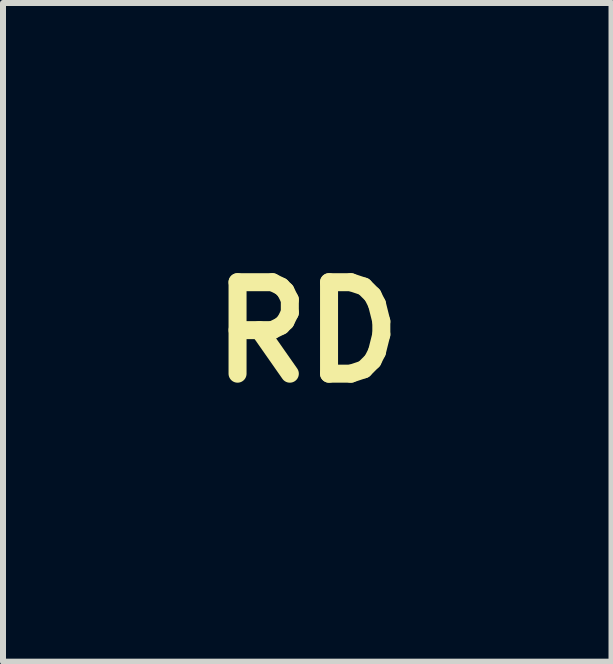
<source format=kicad_pcb>
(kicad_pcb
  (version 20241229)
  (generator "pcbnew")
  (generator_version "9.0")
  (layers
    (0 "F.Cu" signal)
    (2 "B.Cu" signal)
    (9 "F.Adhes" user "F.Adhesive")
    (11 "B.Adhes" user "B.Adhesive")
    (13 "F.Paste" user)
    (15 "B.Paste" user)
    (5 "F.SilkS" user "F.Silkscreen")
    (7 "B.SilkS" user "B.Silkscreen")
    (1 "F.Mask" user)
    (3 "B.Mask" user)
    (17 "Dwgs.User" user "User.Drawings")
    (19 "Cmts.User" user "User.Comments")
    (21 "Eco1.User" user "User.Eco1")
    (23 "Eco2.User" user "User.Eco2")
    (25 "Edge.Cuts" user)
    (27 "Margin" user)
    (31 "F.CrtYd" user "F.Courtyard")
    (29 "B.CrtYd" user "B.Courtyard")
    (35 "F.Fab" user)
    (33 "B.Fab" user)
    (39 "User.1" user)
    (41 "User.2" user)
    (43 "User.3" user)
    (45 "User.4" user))
  (footprint "RD"
    (layer "F.Cu")
    (at 2.068 2.485)
    (property "Reference" "RD" (at 0 0 0) (layer "F.SilkS") (effects (font (size 1.524 1.524) (thickness 0.3))))
    (attr through_hole)
    (fp_poly (pts (xy 0.045 0.6) (xy 0.047 0.603) (xy 0.049 0.608) (xy 0.05 0.612) (xy 0.052 0.626) (xy 0.056 0.638) (xy 0.06 0.649) (xy 0.066 0.659) (xy 0.071 0.665) (xy 0.08 0.673) (xy 0.09 0.68) (xy 0.102 0.687) (xy 0.115 0.694) (xy 0.128 0.699) (xy 0.133 0.701) (xy 0.136 0.703) (xy 0.138 0.705) (xy 0.138 0.706) (xy 0.138 0.709) (xy 0.137 0.71) (xy 0.136 0.711) (xy 0.132 0.711) (xy 0.126 0.712) (xy 0.119 0.713) (xy 0.111 0.715) (xy 0.102 0.716) (xy 0.093 0.717) (xy 0.084 0.718) (xy 0.075 0.719) (xy 0.066 0.72) (xy 0.059 0.721) (xy 0.053 0.721) (xy 0.049 0.721) (xy 0.048 0.721) (xy 0.043 0.721) (xy 0.039 0.721) (xy 0.037 0.72) (xy 0.028 0.716) (xy 0.02 0.711) (xy 0.013 0.704) (xy 0.009 0.697) (xy 0.008 0.694) (xy 0.007 0.691) (xy 0.006 0.688) (xy 0.006 0.684) (xy 0.007 0.68) (xy 0.009 0.674) (xy 0.011 0.667) (xy 0.014 0.659) (xy 0.018 0.649) (xy 0.021 0.64) (xy 0.025 0.631) (xy 0.028 0.623) (xy 0.031 0.615) (xy 0.034 0.609) (xy 0.036 0.604) (xy 0.037 0.602) (xy 0.038 0.601) (xy 0.041 0.599) (xy 0.045 0.6)) (stroke (width 0.01) (type solid)) (fill no) (layer "Eco1.User"))
    (fp_poly (pts (xy -0.444 -2.094) (xy -0.443 -2.093) (xy -0.442 -2.092) (xy -0.443 -2.09) (xy -0.445 -2.087) (xy -0.448 -2.083) (xy -0.452 -2.078) (xy -0.458 -2.072) (xy -0.466 -2.064) (xy -0.466 -2.064) (xy -0.487 -2.044) (xy -0.505 -2.025) (xy -0.522 -2.008) (xy -0.538 -1.991) (xy -0.553 -1.976) (xy -0.566 -1.961) (xy -0.579 -1.947) (xy -0.588 -1.936) (xy -0.593 -1.93) (xy -0.598 -1.924) (xy -0.603 -1.918) (xy -0.607 -1.912) (xy -0.612 -1.906) (xy -0.617 -1.898) (xy -0.624 -1.889) (xy -0.631 -1.88) (xy -0.641 -1.865) (xy -0.652 -1.85) (xy -0.663 -1.835) (xy -0.673 -1.821) (xy -0.683 -1.809) (xy -0.691 -1.798) (xy -0.692 -1.798) (xy -0.707 -1.778) (xy -0.722 -1.76) (xy -0.735 -1.744) (xy -0.747 -1.728) (xy -0.757 -1.714) (xy -0.767 -1.7) (xy -0.774 -1.69) (xy -0.778 -1.684) (xy -0.782 -1.676) (xy -0.788 -1.666) (xy -0.794 -1.654) (xy -0.801 -1.641) (xy -0.809 -1.627) (xy -0.816 -1.611) (xy -0.825 -1.594) (xy -0.833 -1.577) (xy -0.842 -1.558) (xy -0.851 -1.54) (xy -0.86 -1.521) (xy -0.869 -1.502) (xy -0.878 -1.484) (xy -0.885 -1.468) (xy -0.891 -1.454) (xy -0.898 -1.439) (xy -0.905 -1.423) (xy -0.912 -1.406) (xy -0.92 -1.388) (xy -0.928 -1.37) (xy -0.935 -1.353) (xy -0.942 -1.336) (xy -0.949 -1.319) (xy -0.955 -1.304) (xy -0.961 -1.291) (xy -0.965 -1.279) (xy -0.968 -1.271) (xy -0.972 -1.262) (xy -0.975 -1.256) (xy -0.979 -1.253) (xy -0.981 -1.252) (xy -0.983 -1.253) (xy -0.986 -1.255) (xy -0.986 -1.255) (xy -0.988 -1.258) (xy -0.989 -1.26) (xy -0.989 -1.26) (xy -0.989 -1.262) (xy -0.988 -1.266) (xy -0.987 -1.271) (xy -0.985 -1.279) (xy -0.983 -1.288) (xy -0.98 -1.297) (xy -0.978 -1.308) (xy -0.975 -1.318) (xy -0.972 -1.329) (xy -0.97 -1.34) (xy -0.967 -1.35) (xy -0.965 -1.359) (xy -0.962 -1.368) (xy -0.96 -1.375) (xy -0.96 -1.376) (xy -0.952 -1.403) (xy -0.943 -1.431) (xy -0.933 -1.462) (xy -0.922 -1.495) (xy -0.909 -1.529) (xy -0.896 -1.566) (xy -0.881 -1.606) (xy -0.866 -1.644) (xy -0.857 -1.666) (xy -0.849 -1.685) (xy -0.842 -1.702) (xy -0.836 -1.717) (xy -0.83 -1.731) (xy -0.824 -1.742) (xy -0.819 -1.753) (xy -0.815 -1.762) (xy -0.811 -1.769) (xy -0.807 -1.776) (xy -0.803 -1.782) (xy -0.799 -1.787) (xy -0.799 -1.787) (xy -0.789 -1.799) (xy -0.777 -1.813) (xy -0.763 -1.827) (xy -0.747 -1.843) (xy -0.73 -1.859) (xy -0.712 -1.877) (xy -0.692 -1.894) (xy -0.672 -1.913) (xy -0.65 -1.932) (xy -0.628 -1.951) (xy -0.606 -1.97) (xy -0.582 -1.989) (xy -0.559 -2.008) (xy -0.536 -2.027) (xy -0.512 -2.045) (xy -0.489 -2.063) (xy -0.486 -2.065) (xy -0.476 -2.073) (xy -0.468 -2.079) (xy -0.461 -2.084) (xy -0.456 -2.087) (xy -0.452 -2.09) (xy -0.449 -2.092) (xy -0.447 -2.093) (xy -0.446 -2.094) (xy -0.445 -2.094) (xy -0.444 -2.094)) (stroke (width 0.01) (type solid)) (fill no) (layer "Eco1.User"))
    (fp_poly (pts (xy -1.277 -0.974) (xy -1.277 -0.974) (xy -1.274 -0.973) (xy -1.271 -0.971) (xy -1.268 -0.969) (xy -1.265 -0.965) (xy -1.261 -0.96) (xy -1.257 -0.953) (xy -1.253 -0.948) (xy -1.249 -0.94) (xy -1.244 -0.933) (xy -1.24 -0.926) (xy -1.236 -0.918) (xy -1.231 -0.911) (xy -1.227 -0.903) (xy -1.222 -0.894) (xy -1.217 -0.885) (xy -1.211 -0.874) (xy -1.205 -0.863) (xy -1.199 -0.85) (xy -1.191 -0.836) (xy -1.183 -0.821) (xy -1.174 -0.803) (xy -1.164 -0.784) (xy -1.153 -0.762) (xy -1.152 -0.762) (xy -1.132 -0.723) (xy -1.116 -0.707) (xy -1.114 -0.705) (xy -1.111 -0.702) (xy -1.105 -0.696) (xy -1.098 -0.689) (xy -1.089 -0.681) (xy -1.079 -0.671) (xy -1.068 -0.66) (xy -1.055 -0.647) (xy -1.04 -0.633) (xy -1.024 -0.618) (xy -1.008 -0.602) (xy -0.99 -0.584) (xy -0.971 -0.566) (xy -0.95 -0.546) (xy -0.929 -0.526) (xy -0.907 -0.504) (xy -0.884 -0.482) (xy -0.861 -0.459) (xy -0.836 -0.436) (xy -0.811 -0.412) (xy -0.786 -0.387) (xy -0.76 -0.361) (xy -0.733 -0.336) (xy -0.706 -0.31) (xy -0.7 -0.303) (xy -0.667 -0.272) (xy -0.636 -0.242) (xy -0.607 -0.214) (xy -0.58 -0.188) (xy -0.555 -0.163) (xy -0.53 -0.14) (xy -0.508 -0.118) (xy -0.487 -0.097) (xy -0.467 -0.078) (xy -0.449 -0.061) (xy -0.432 -0.044) (xy -0.416 -0.029) (xy -0.401 -0.015) (xy -0.388 -0.002) (xy -0.376 0.01) (xy -0.365 0.02) (xy -0.354 0.03) (xy -0.345 0.039) (xy -0.337 0.047) (xy -0.329 0.054) (xy -0.322 0.061) (xy -0.316 0.066) (xy -0.311 0.071) (xy -0.306 0.076) (xy -0.302 0.079) (xy -0.299 0.083) (xy -0.296 0.085) (xy -0.293 0.087) (xy -0.291 0.089) (xy -0.289 0.091) (xy -0.287 0.092) (xy -0.286 0.093) (xy -0.285 0.094) (xy -0.269 0.104) (xy -0.254 0.111) (xy -0.24 0.117) (xy -0.227 0.121) (xy -0.215 0.123) (xy -0.215 0.123) (xy -0.209 0.123) (xy -0.204 0.123) (xy -0.2 0.122) (xy -0.196 0.12) (xy -0.185 0.115) (xy -0.174 0.108) (xy -0.162 0.098) (xy -0.15 0.087) (xy -0.138 0.073) (xy -0.125 0.057) (xy -0.125 0.057) (xy -0.12 0.049) (xy -0.115 0.044) (xy -0.112 0.04) (xy -0.11 0.037) (xy -0.108 0.036) (xy -0.107 0.035) (xy -0.105 0.034) (xy -0.104 0.034) (xy -0.1 0.035) (xy -0.097 0.037) (xy -0.096 0.039) (xy -0.095 0.04) (xy -0.094 0.042) (xy -0.094 0.045) (xy -0.095 0.049) (xy -0.095 0.054) (xy -0.096 0.062) (xy -0.098 0.071) (xy -0.102 0.093) (xy -0.108 0.112) (xy -0.114 0.13) (xy -0.122 0.146) (xy -0.132 0.161) (xy -0.143 0.175) (xy -0.147 0.179) (xy -0.158 0.189) (xy -0.169 0.198) (xy -0.18 0.206) (xy -0.191 0.213) (xy -0.201 0.217) (xy -0.209 0.22) (xy -0.219 0.221) (xy -0.229 0.22) (xy -0.24 0.217) (xy -0.251 0.212) (xy -0.262 0.206) (xy -0.272 0.199) (xy -0.274 0.197) (xy -0.277 0.194) (xy -0.283 0.189) (xy -0.289 0.182) (xy -0.297 0.174) (xy -0.306 0.166) (xy -0.317 0.156) (xy -0.328 0.145) (xy -0.34 0.133) (xy -0.353 0.12) (xy -0.366 0.107) (xy -0.38 0.094) (xy -0.391 0.083) (xy -0.406 0.068) (xy -0.42 0.054) (xy -0.434 0.041) (xy -0.446 0.029) (xy -0.458 0.018) (xy -0.468 0.008) (xy -0.478 -0.001) (xy -0.486 -0.009) (xy -0.492 -0.015) (xy -0.497 -0.02) (xy -0.501 -0.023) (xy -0.503 -0.025) (xy -0.503 -0.025) (xy -0.504 -0.023) (xy -0.504 -0.019) (xy -0.505 -0.016) (xy -0.507 -0.004) (xy -0.509 0.009) (xy -0.513 0.023) (xy -0.517 0.039) (xy -0.522 0.054) (xy -0.527 0.068) (xy -0.529 0.073) (xy -0.536 0.088) (xy -0.542 0.103) (xy -0.549 0.116) (xy -0.556 0.13) (xy -0.564 0.144) (xy -0.573 0.158) (xy -0.583 0.174) (xy -0.59 0.184) (xy -0.596 0.192) (xy -0.602 0.201) (xy -0.609 0.211) (xy -0.617 0.221) (xy -0.624 0.23) (xy -0.631 0.24) (xy -0.637 0.248) (xy -0.644 0.256) (xy -0.649 0.263) (xy -0.654 0.269) (xy -0.658 0.274) (xy -0.66 0.276) (xy -0.661 0.277) (xy -0.663 0.277) (xy -0.667 0.278) (xy -0.673 0.278) (xy -0.679 0.278) (xy -0.687 0.278) (xy -0.695 0.278) (xy -0.703 0.278) (xy -0.71 0.278) (xy -0.716 0.278) (xy -0.72 0.277) (xy -0.721 0.277) (xy -0.737 0.276) (xy -0.752 0.274) (xy -0.767 0.271) (xy -0.782 0.268) (xy -0.797 0.263) (xy -0.824 0.255) (xy -0.851 0.245) (xy -0.878 0.234) (xy -0.905 0.222) (xy -0.921 0.215) (xy -0.941 0.204) (xy -0.959 0.194) (xy -0.976 0.183) (xy -0.992 0.173) (xy -1.007 0.161) (xy -1.021 0.149) (xy -1.036 0.135) (xy -1.043 0.128) (xy -1.064 0.106) (xy -1.084 0.083) (xy -1.103 0.059) (xy -1.121 0.033) (xy -1.139 0.005) (xy -1.156 -0.024) (xy -1.173 -0.056) (xy -1.177 -0.064) (xy -0.672 -0.064) (xy -0.671 -0.051) (xy -0.667 -0.037) (xy -0.661 -0.026) (xy -0.655 -0.017) (xy -0.647 -0.009) (xy -0.638 -0.002) (xy -0.629 0.003) (xy -0.62 0.006) (xy -0.618 0.006) (xy -0.611 0.007) (xy -0.604 0.007) (xy -0.597 0.006) (xy -0.596 0.006) (xy -0.587 0.002) (xy -0.578 -0.003) (xy -0.57 -0.01) (xy -0.568 -0.011) (xy -0.561 -0.02) (xy -0.555 -0.03) (xy -0.55 -0.041) (xy -0.546 -0.055) (xy -0.545 -0.061) (xy -0.544 -0.067) (xy -0.584 -0.107) (xy -0.593 -0.115) (xy -0.601 -0.122) (xy -0.608 -0.129) (xy -0.614 -0.135) (xy -0.62 -0.14) (xy -0.623 -0.144) (xy -0.626 -0.146) (xy -0.627 -0.146) (xy -0.629 -0.145) (xy -0.632 -0.143) (xy -0.636 -0.139) (xy -0.64 -0.135) (xy -0.645 -0.13) (xy -0.649 -0.126) (xy -0.653 -0.121) (xy -0.655 -0.119) (xy -0.663 -0.106) (xy -0.668 -0.092) (xy -0.672 -0.078) (xy -0.672 -0.064) (xy -1.177 -0.064) (xy -1.179 -0.069) (xy -1.199 -0.11) (xy -1.217 -0.151) (xy -1.233 -0.192) (xy -1.247 -0.231) (xy -1.259 -0.271) (xy -1.27 -0.309) (xy -1.271 -0.314) (xy -0.923 -0.314) (xy -0.922 -0.305) (xy -0.922 -0.298) (xy -0.922 -0.292) (xy -0.921 -0.286) (xy -0.921 -0.281) (xy -0.92 -0.277) (xy -0.914 -0.256) (xy -0.906 -0.235) (xy -0.895 -0.216) (xy -0.882 -0.197) (xy -0.875 -0.188) (xy -0.869 -0.182) (xy -0.863 -0.177) (xy -0.856 -0.172) (xy -0.856 -0.172) (xy -0.838 -0.162) (xy -0.819 -0.155) (xy -0.801 -0.15) (xy -0.794 -0.15) (xy -0.786 -0.149) (xy -0.777 -0.149) (xy -0.768 -0.15) (xy -0.76 -0.15) (xy -0.754 -0.152) (xy -0.74 -0.156) (xy -0.728 -0.163) (xy -0.718 -0.172) (xy -0.71 -0.181) (xy -0.707 -0.186) (xy -0.703 -0.193) (xy -0.7 -0.2) (xy -0.698 -0.206) (xy -0.697 -0.21) (xy -0.697 -0.21) (xy -0.697 -0.211) (xy -0.698 -0.212) (xy -0.699 -0.214) (xy -0.701 -0.216) (xy -0.703 -0.219) (xy -0.707 -0.222) (xy -0.711 -0.227) (xy -0.716 -0.232) (xy -0.723 -0.239) (xy -0.73 -0.246) (xy -0.739 -0.255) (xy -0.749 -0.265) (xy -0.761 -0.276) (xy -0.774 -0.289) (xy -0.789 -0.304) (xy -0.797 -0.311) (xy -0.81 -0.324) (xy -0.823 -0.337) (xy -0.835 -0.349) (xy -0.846 -0.36) (xy -0.857 -0.37) (xy -0.867 -0.38) (xy -0.875 -0.388) (xy -0.883 -0.395) (xy -0.889 -0.401) (xy -0.893 -0.405) (xy -0.896 -0.408) (xy -0.898 -0.41) (xy -0.898 -0.41) (xy -0.899 -0.408) (xy -0.9 -0.405) (xy -0.903 -0.401) (xy -0.905 -0.396) (xy -0.908 -0.39) (xy -0.91 -0.384) (xy -0.912 -0.378) (xy -0.913 -0.377) (xy -0.916 -0.366) (xy -0.919 -0.355) (xy -0.921 -0.346) (xy -0.922 -0.335) (xy -0.922 -0.324) (xy -0.923 -0.314) (xy -1.271 -0.314) (xy -1.278 -0.346) (xy -1.284 -0.382) (xy -1.288 -0.417) (xy -1.291 -0.451) (xy -1.291 -0.463) (xy -1.291 -0.472) (xy -1.291 -0.48) (xy -1.291 -0.485) (xy -1.292 -0.489) (xy -1.292 -0.492) (xy -1.292 -0.494) (xy -1.293 -0.495) (xy -1.294 -0.495) (xy -1.295 -0.496) (xy -1.298 -0.499) (xy -1.304 -0.502) (xy -1.311 -0.506) (xy -1.319 -0.512) (xy -1.329 -0.518) (xy -1.34 -0.525) (xy -1.352 -0.533) (xy -1.365 -0.541) (xy -1.379 -0.549) (xy -1.393 -0.558) (xy -1.411 -0.57) (xy -1.428 -0.581) (xy -1.443 -0.59) (xy -1.457 -0.599) (xy -1.468 -0.606) (xy -1.478 -0.612) (xy -1.485 -0.617) (xy -1.49 -0.621) (xy -1.494 -0.623) (xy -1.494 -0.624) (xy -1.498 -0.628) (xy -1.499 -0.631) (xy -1.5 -0.634) (xy -1.5 -0.635) (xy -1.499 -0.64) (xy -1.495 -0.645) (xy -1.49 -0.649) (xy -1.486 -0.651) (xy -1.48 -0.652) (xy -1.473 -0.653) (xy -1.466 -0.653) (xy -1.459 -0.652) (xy -1.459 -0.651) (xy -1.456 -0.65) (xy -1.452 -0.649) (xy -1.446 -0.646) (xy -1.438 -0.642) (xy -1.43 -0.638) (xy -1.42 -0.634) (xy -1.41 -0.629) (xy -1.4 -0.624) (xy -1.39 -0.619) (xy -1.381 -0.614) (xy -1.372 -0.61) (xy -1.364 -0.606) (xy -1.357 -0.602) (xy -1.354 -0.601) (xy -1.348 -0.597) (xy -1.34 -0.593) (xy -1.331 -0.588) (xy -1.322 -0.582) (xy -1.313 -0.577) (xy -1.309 -0.575) (xy -1.3 -0.57) (xy -1.293 -0.565) (xy -1.287 -0.562) (xy -1.282 -0.56) (xy -1.279 -0.559) (xy -1.276 -0.559) (xy -1.273 -0.559) (xy -1.271 -0.56) (xy -1.269 -0.562) (xy -1.264 -0.566) (xy -1.259 -0.571) (xy -1.255 -0.578) (xy -1.252 -0.584) (xy -1.251 -0.591) (xy -1.25 -0.596) (xy -1.25 -0.597) (xy -1.251 -0.597) (xy -1.251 -0.598) (xy -1.251 -0.599) (xy -1.252 -0.601) (xy -1.253 -0.602) (xy -1.255 -0.605) (xy -1.258 -0.608) (xy -1.261 -0.612) (xy -1.265 -0.616) (xy -1.271 -0.622) (xy -1.277 -0.63) (xy -1.285 -0.638) (xy -1.294 -0.648) (xy -1.305 -0.66) (xy -1.309 -0.665) (xy -1.322 -0.68) (xy -1.336 -0.695) (xy -1.35 -0.71) (xy -1.363 -0.725) (xy -1.376 -0.739) (xy -1.388 -0.753) (xy -1.399 -0.766) (xy -1.408 -0.777) (xy -1.417 -0.786) (xy -1.421 -0.791) (xy -1.429 -0.801) (xy -1.436 -0.809) (xy -1.442 -0.816) (xy -1.446 -0.821) (xy -1.45 -0.826) (xy -1.452 -0.83) (xy -1.454 -0.833) (xy -1.455 -0.836) (xy -1.455 -0.839) (xy -1.455 -0.842) (xy -1.455 -0.844) (xy -1.454 -0.852) (xy -1.452 -0.859) (xy -1.448 -0.865) (xy -1.442 -0.87) (xy -1.436 -0.873) (xy -1.43 -0.874) (xy -1.423 -0.872) (xy -1.422 -0.872) (xy -1.42 -0.871) (xy -1.417 -0.868) (xy -1.412 -0.864) (xy -1.406 -0.858) (xy -1.399 -0.852) (xy -1.391 -0.844) (xy -1.383 -0.836) (xy -1.374 -0.827) (xy -1.37 -0.824) (xy -1.358 -0.812) (xy -1.347 -0.802) (xy -1.337 -0.791) (xy -1.327 -0.781) (xy -1.316 -0.77) (xy -1.306 -0.76) (xy -1.295 -0.748) (xy -1.283 -0.736) (xy -1.27 -0.723) (xy -1.256 -0.708) (xy -1.245 -0.696) (xy -1.238 -0.69) (xy -1.232 -0.684) (xy -1.227 -0.678) (xy -1.222 -0.674) (xy -1.219 -0.671) (xy -1.218 -0.67) (xy -1.212 -0.668) (xy -1.205 -0.668) (xy -1.2 -0.669) (xy -1.197 -0.671) (xy -1.193 -0.675) (xy -1.192 -0.679) (xy -1.192 -0.684) (xy -1.194 -0.689) (xy -1.195 -0.692) (xy -1.196 -0.696) (xy -1.199 -0.703) (xy -1.203 -0.711) (xy -1.207 -0.72) (xy -1.212 -0.731) (xy -1.217 -0.743) (xy -1.222 -0.755) (xy -1.228 -0.768) (xy -1.23 -0.772) (xy -1.239 -0.793) (xy -1.248 -0.812) (xy -1.255 -0.829) (xy -1.262 -0.845) (xy -1.268 -0.859) (xy -1.273 -0.872) (xy -1.278 -0.884) (xy -1.283 -0.895) (xy -1.287 -0.906) (xy -1.29 -0.913) (xy -1.292 -0.92) (xy -1.294 -0.924) (xy -1.295 -0.929) (xy -1.295 -0.933) (xy -1.295 -0.937) (xy -1.295 -0.943) (xy -1.295 -0.951) (xy -1.295 -0.956) (xy -1.294 -0.96) (xy -1.292 -0.964) (xy -1.289 -0.967) (xy -1.286 -0.97) (xy -1.283 -0.972) (xy -1.28 -0.974) (xy -1.277 -0.974)) (stroke (width 0.01) (type solid)) (fill no) (layer "Eco1.User"))
    (fp_poly (pts (xy -0.184 -2.48) (xy -0.172 -2.48) (xy -0.161 -2.48) (xy -0.153 -2.479) (xy -0.138 -2.478) (xy -0.123 -2.477) (xy -0.107 -2.475) (xy -0.092 -2.473) (xy -0.078 -2.471) (xy -0.065 -2.469) (xy -0.052 -2.467) (xy -0.042 -2.465) (xy -0.033 -2.463) (xy -0.025 -2.461) (xy -0.02 -2.459) (xy -0.019 -2.458) (xy -0.012 -2.453) (xy -0.006 -2.445) (xy -0.001 -2.435) (xy 0.004 -2.423) (xy 0.009 -2.408) (xy 0.013 -2.391) (xy 0.017 -2.372) (xy 0.017 -2.369) (xy 0.019 -2.354) (xy 0.021 -2.337) (xy 0.023 -2.319) (xy 0.025 -2.299) (xy 0.027 -2.278) (xy 0.029 -2.256) (xy 0.03 -2.235) (xy 0.032 -2.213) (xy 0.033 -2.191) (xy 0.033 -2.17) (xy 0.034 -2.153) (xy 0.034 -2.138) (xy 0.034 -2.124) (xy 0.034 -2.11) (xy 0.034 -2.097) (xy 0.033 -2.083) (xy 0.032 -2.068) (xy 0.031 -2.053) (xy 0.03 -2.036) (xy 0.028 -2.017) (xy 0.026 -1.996) (xy 0.025 -1.992) (xy 0.024 -1.984) (xy 0.024 -1.977) (xy 0.023 -1.971) (xy 0.023 -1.966) (xy 0.023 -1.964) (xy 0.023 -1.964) (xy 0.024 -1.964) (xy 0.028 -1.963) (xy 0.033 -1.961) (xy 0.041 -1.959) (xy 0.049 -1.957) (xy 0.059 -1.954) (xy 0.069 -1.952) (xy 0.071 -1.951) (xy 0.121 -1.939) (xy 0.168 -1.926) (xy 0.213 -1.914) (xy 0.256 -1.901) (xy 0.298 -1.889) (xy 0.339 -1.877) (xy 0.378 -1.865) (xy 0.417 -1.852) (xy 0.455 -1.839) (xy 0.493 -1.826) (xy 0.53 -1.812) (xy 0.544 -1.807) (xy 0.615 -1.779) (xy 0.684 -1.751) (xy 0.751 -1.721) (xy 0.816 -1.69) (xy 0.879 -1.658) (xy 0.94 -1.625) (xy 0.998 -1.591) (xy 1.055 -1.555) (xy 1.109 -1.519) (xy 1.16 -1.482) (xy 1.21 -1.444) (xy 1.255 -1.406) (xy 1.293 -1.373) (xy 1.331 -1.337) (xy 1.37 -1.299) (xy 1.408 -1.258) (xy 1.447 -1.217) (xy 1.485 -1.173) (xy 1.523 -1.129) (xy 1.56 -1.083) (xy 1.596 -1.036) (xy 1.631 -0.988) (xy 1.639 -0.977) (xy 1.675 -0.925) (xy 1.71 -0.873) (xy 1.742 -0.821) (xy 1.773 -0.769) (xy 1.802 -0.716) (xy 1.83 -0.663) (xy 1.856 -0.608) (xy 1.882 -0.552) (xy 1.889 -0.535) (xy 1.917 -0.469) (xy 1.942 -0.403) (xy 1.966 -0.336) (xy 1.988 -0.269) (xy 2.007 -0.201) (xy 2.025 -0.135) (xy 2.04 -0.068) (xy 2.043 -0.051) (xy 2.046 -0.039) (xy 2.048 -0.026) (xy 2.05 -0.014) (xy 2.053 -0.001) (xy 2.055 0.011) (xy 2.057 0.023) (xy 2.058 0.033) (xy 2.06 0.043) (xy 2.061 0.052) (xy 2.062 0.058) (xy 2.062 0.063) (xy 2.062 0.066) (xy 2.062 0.067) (xy 2.061 0.066) (xy 2.059 0.063) (xy 2.056 0.058) (xy 2.052 0.052) (xy 2.047 0.044) (xy 2.041 0.034) (xy 2.034 0.023) (xy 2.026 0.011) (xy 2.018 -0.002) (xy 2.009 -0.016) (xy 2 -0.031) (xy 1.991 -0.047) (xy 1.981 -0.063) (xy 1.971 -0.079) (xy 1.961 -0.096) (xy 1.951 -0.112) (xy 1.941 -0.129) (xy 1.937 -0.136) (xy 1.918 -0.167) (xy 1.898 -0.199) (xy 1.878 -0.229) (xy 1.858 -0.261) (xy 1.836 -0.292) (xy 1.813 -0.324) (xy 1.789 -0.357) (xy 1.764 -0.392) (xy 1.749 -0.411) (xy 1.745 -0.418) (xy 1.739 -0.426) (xy 1.732 -0.435) (xy 1.725 -0.445) (xy 1.718 -0.455) (xy 1.71 -0.466) (xy 1.703 -0.477) (xy 1.702 -0.477) (xy 1.691 -0.494) (xy 1.68 -0.509) (xy 1.67 -0.522) (xy 1.662 -0.534) (xy 1.655 -0.544) (xy 1.648 -0.553) (xy 1.642 -0.561) (xy 1.636 -0.568) (xy 1.631 -0.574) (xy 1.626 -0.58) (xy 1.622 -0.585) (xy 1.617 -0.59) (xy 1.615 -0.593) (xy 1.61 -0.598) (xy 1.605 -0.603) (xy 1.599 -0.609) (xy 1.593 -0.614) (xy 1.587 -0.62) (xy 1.582 -0.625) (xy 1.577 -0.629) (xy 1.574 -0.632) (xy 1.571 -0.634) (xy 1.57 -0.635) (xy 1.571 -0.633) (xy 1.572 -0.63) (xy 1.573 -0.626) (xy 1.575 -0.622) (xy 1.581 -0.607) (xy 1.587 -0.589) (xy 1.593 -0.57) (xy 1.6 -0.549) (xy 1.607 -0.527) (xy 1.614 -0.503) (xy 1.621 -0.478) (xy 1.628 -0.453) (xy 1.635 -0.427) (xy 1.641 -0.401) (xy 1.647 -0.374) (xy 1.653 -0.349) (xy 1.657 -0.335) (xy 1.67 -0.269) (xy 1.682 -0.204) (xy 1.693 -0.14) (xy 1.701 -0.077) (xy 1.708 -0.015) (xy 1.712 0.045) (xy 1.716 0.105) (xy 1.717 0.162) (xy 1.716 0.218) (xy 1.714 0.273) (xy 1.711 0.316) (xy 1.705 0.366) (xy 1.697 0.418) (xy 1.688 0.471) (xy 1.676 0.525) (xy 1.662 0.58) (xy 1.647 0.636) (xy 1.63 0.693) (xy 1.61 0.751) (xy 1.589 0.809) (xy 1.566 0.868) (xy 1.541 0.927) (xy 1.515 0.986) (xy 1.514 0.988) (xy 1.51 0.996) (xy 1.506 1.004) (xy 1.502 1.014) (xy 1.498 1.023) (xy 1.493 1.033) (xy 1.489 1.042) (xy 1.485 1.051) (xy 1.481 1.058) (xy 1.477 1.065) (xy 1.475 1.071) (xy 1.473 1.074) (xy 1.472 1.076) (xy 1.472 1.076) (xy 1.472 1.075) (xy 1.472 1.073) (xy 1.472 1.068) (xy 1.473 1.066) (xy 1.474 1.055) (xy 1.476 1.042) (xy 1.477 1.026) (xy 1.479 1.008) (xy 1.48 0.988) (xy 1.482 0.966) (xy 1.483 0.943) (xy 1.484 0.937) (xy 1.484 0.929) (xy 1.484 0.919) (xy 1.485 0.908) (xy 1.485 0.894) (xy 1.485 0.88) (xy 1.485 0.865) (xy 1.485 0.849) (xy 1.485 0.834) (xy 1.485 0.818) (xy 1.485 0.803) (xy 1.485 0.788) (xy 1.485 0.774) (xy 1.485 0.762) (xy 1.484 0.751) (xy 1.484 0.742) (xy 1.484 0.735) (xy 1.484 0.733) (xy 1.483 0.721) (xy 1.481 0.707) (xy 1.48 0.693) (xy 1.478 0.678) (xy 1.476 0.662) (xy 1.474 0.644) (xy 1.471 0.624) (xy 1.468 0.602) (xy 1.466 0.585) (xy 1.463 0.569) (xy 1.461 0.551) (xy 1.458 0.532) (xy 1.456 0.513) (xy 1.453 0.494) (xy 1.451 0.475) (xy 1.449 0.458) (xy 1.448 0.447) (xy 1.445 0.418) (xy 1.441 0.392) (xy 1.439 0.368) (xy 1.436 0.346) (xy 1.433 0.325) (xy 1.431 0.307) (xy 1.429 0.291) (xy 1.427 0.276) (xy 1.425 0.262) (xy 1.422 0.25) (xy 1.421 0.239) (xy 1.419 0.229) (xy 1.417 0.22) (xy 1.415 0.212) (xy 1.413 0.204) (xy 1.411 0.197) (xy 1.409 0.194) (xy 1.405 0.181) (xy 1.404 0.206) (xy 1.403 0.232) (xy 1.399 0.26) (xy 1.395 0.289) (xy 1.389 0.319) (xy 1.381 0.35) (xy 1.372 0.381) (xy 1.362 0.412) (xy 1.352 0.443) (xy 1.34 0.474) (xy 1.327 0.504) (xy 1.313 0.533) (xy 1.308 0.544) (xy 1.303 0.552) (xy 1.299 0.56) (xy 1.295 0.567) (xy 1.291 0.575) (xy 1.286 0.583) (xy 1.281 0.591) (xy 1.275 0.6) (xy 1.269 0.611) (xy 1.261 0.622) (xy 1.252 0.636) (xy 1.243 0.65) (xy 1.232 0.667) (xy 1.222 0.682) (xy 1.213 0.695) (xy 1.206 0.707) (xy 1.199 0.718) (xy 1.193 0.728) (xy 1.188 0.737) (xy 1.183 0.745) (xy 1.178 0.753) (xy 1.174 0.761) (xy 1.17 0.768) (xy 1.168 0.773) (xy 1.158 0.793) (xy 1.15 0.812) (xy 1.143 0.831) (xy 1.138 0.849) (xy 1.133 0.868) (xy 1.129 0.889) (xy 1.126 0.906) (xy 1.117 0.968) (xy 1.111 1.03) (xy 1.105 1.092) (xy 1.102 1.154) (xy 1.1 1.214) (xy 1.1 1.274) (xy 1.102 1.333) (xy 1.105 1.39) (xy 1.11 1.446) (xy 1.117 1.501) (xy 1.125 1.554) (xy 1.132 1.589) (xy 1.133 1.596) (xy 1.135 1.605) (xy 1.137 1.614) (xy 1.14 1.624) (xy 1.142 1.633) (xy 1.144 1.642) (xy 1.146 1.65) (xy 1.148 1.657) (xy 1.149 1.662) (xy 1.15 1.664) (xy 1.15 1.665) (xy 1.148 1.663) (xy 1.144 1.66) (xy 1.139 1.656) (xy 1.134 1.65) (xy 1.127 1.643) (xy 1.119 1.635) (xy 1.11 1.626) (xy 1.101 1.617) (xy 1.092 1.607) (xy 1.082 1.597) (xy 1.072 1.586) (xy 1.062 1.575) (xy 1.052 1.564) (xy 1.049 1.561) (xy 1.001 1.508) (xy 0.955 1.454) (xy 0.911 1.4) (xy 0.868 1.346) (xy 0.827 1.292) (xy 0.787 1.238) (xy 0.749 1.184) (xy 0.714 1.13) (xy 0.68 1.076) (xy 0.648 1.023) (xy 0.618 0.971) (xy 0.591 0.919) (xy 0.565 0.868) (xy 0.551 0.836) (xy 0.541 0.815) (xy 0.531 0.791) (xy 0.52 0.765) (xy 0.509 0.737) (xy 0.498 0.708) (xy 0.486 0.676) (xy 0.474 0.643) (xy 0.462 0.609) (xy 0.449 0.573) (xy 0.436 0.536) (xy 0.424 0.498) (xy 0.423 0.495) (xy 0.418 0.481) (xy 0.414 0.47) (xy 0.411 0.46) (xy 0.408 0.452) (xy 0.406 0.446) (xy 0.404 0.442) (xy 0.403 0.439) (xy 0.402 0.438) (xy 0.402 0.438) (xy 0.402 0.438) (xy 0.401 0.44) (xy 0.399 0.444) (xy 0.397 0.449) (xy 0.394 0.455) (xy 0.394 0.456) (xy 0.391 0.462) (xy 0.388 0.467) (xy 0.386 0.471) (xy 0.384 0.473) (xy 0.382 0.476) (xy 0.381 0.476) (xy 0.375 0.481) (xy 0.374 0.532) (xy 0.373 0.583) (xy 0.394 0.604) (xy 0.409 0.62) (xy 0.422 0.635) (xy 0.433 0.648) (xy 0.443 0.66) (xy 0.45 0.671) (xy 0.456 0.682) (xy 0.46 0.691) (xy 0.46 0.692) (xy 0.461 0.697) (xy 0.462 0.7) (xy 0.462 0.703) (xy 0.462 0.708) (xy 0.461 0.713) (xy 0.461 0.714) (xy 0.458 0.736) (xy 0.452 0.758) (xy 0.443 0.78) (xy 0.433 0.802) (xy 0.421 0.823) (xy 0.406 0.844) (xy 0.401 0.851) (xy 0.394 0.858) (xy 0.387 0.867) (xy 0.378 0.876) (xy 0.369 0.885) (xy 0.359 0.894) (xy 0.35 0.902) (xy 0.341 0.909) (xy 0.34 0.91) (xy 0.315 0.929) (xy 0.288 0.946) (xy 0.259 0.963) (xy 0.228 0.979) (xy 0.195 0.994) (xy 0.161 1.008) (xy 0.125 1.02) (xy 0.088 1.031) (xy 0.05 1.042) (xy 0.012 1.05) (xy -0.023 1.057) (xy -0.048 1.061) (xy -0.071 1.064) (xy -0.093 1.066) (xy -0.115 1.068) (xy -0.137 1.069) (xy -0.16 1.069) (xy -0.185 1.069) (xy -0.189 1.069) (xy -0.238 1.067) (xy -0.288 1.064) (xy -0.339 1.059) (xy -0.389 1.053) (xy -0.439 1.045) (xy -0.488 1.036) (xy -0.536 1.026) (xy -0.553 1.022) (xy -0.586 1.013) (xy -0.619 1.003) (xy -0.654 0.992) (xy -0.69 0.979) (xy -0.726 0.966) (xy -0.761 0.952) (xy -0.796 0.937) (xy -0.805 0.933) (xy -0.812 0.93) (xy -0.819 0.927) (xy -0.824 0.925) (xy -0.828 0.923) (xy -0.83 0.922) (xy -0.83 0.922) (xy -0.829 0.923) (xy -0.828 0.926) (xy -0.825 0.93) (xy -0.821 0.935) (xy -0.819 0.939) (xy -0.798 0.968) (xy -0.778 0.999) (xy -0.756 1.032) (xy -0.735 1.066) (xy -0.714 1.101) (xy -0.694 1.136) (xy -0.674 1.172) (xy -0.662 1.195) (xy -0.641 1.236) (xy -0.62 1.277) (xy -0.6 1.319) (xy -0.581 1.362) (xy -0.563 1.405) (xy -0.545 1.448) (xy -0.529 1.491) (xy -0.513 1.533) (xy -0.499 1.575) (xy -0.485 1.617) (xy -0.473 1.658) (xy -0.462 1.698) (xy -0.452 1.736) (xy -0.443 1.773) (xy -0.436 1.809) (xy -0.431 1.843) (xy -0.428 1.863) (xy -0.427 1.874) (xy -0.426 1.884) (xy -0.425 1.895) (xy -0.424 1.905) (xy -0.423 1.915) (xy -0.423 1.923) (xy -0.423 1.931) (xy -0.423 1.936) (xy -0.423 1.94) (xy -0.424 1.942) (xy -0.424 1.942) (xy -0.425 1.941) (xy -0.426 1.938) (xy -0.429 1.933) (xy -0.432 1.927) (xy -0.436 1.919) (xy -0.441 1.911) (xy -0.441 1.91) (xy -0.458 1.879) (xy -0.474 1.848) (xy -0.49 1.818) (xy -0.506 1.789) (xy -0.522 1.762) (xy -0.537 1.735) (xy -0.552 1.711) (xy -0.566 1.688) (xy -0.58 1.668) (xy -0.583 1.662) (xy -0.59 1.652) (xy -0.597 1.642) (xy -0.605 1.63) (xy -0.614 1.619) (xy -0.622 1.608) (xy -0.629 1.599) (xy -0.636 1.589) (xy -0.644 1.579) (xy -0.652 1.568) (xy -0.659 1.558) (xy -0.666 1.549) (xy -0.672 1.541) (xy -0.672 1.541) (xy -0.678 1.533) (xy -0.684 1.524) (xy -0.69 1.516) (xy -0.695 1.509) (xy -0.699 1.503) (xy -0.7 1.501) (xy -0.703 1.497) (xy -0.704 1.494) (xy -0.706 1.491) (xy -0.707 1.49) (xy -0.708 1.49) (xy -0.708 1.491) (xy -0.708 1.494) (xy -0.707 1.498) (xy -0.706 1.504) (xy -0.704 1.513) (xy -0.703 1.523) (xy -0.7 1.536) (xy -0.7 1.536) (xy -0.695 1.564) (xy -0.689 1.595) (xy -0.683 1.627) (xy -0.677 1.66) (xy -0.67 1.695) (xy -0.663 1.731) (xy -0.656 1.767) (xy -0.648 1.804) (xy -0.641 1.84) (xy -0.634 1.876) (xy -0.626 1.911) (xy -0.619 1.945) (xy -0.612 1.978) (xy -0.606 2.009) (xy -0.603 2.023) (xy -0.6 2.035) (xy -0.597 2.047) (xy -0.595 2.059) (xy -0.592 2.07) (xy -0.59 2.08) (xy -0.589 2.088) (xy -0.587 2.094) (xy -0.587 2.094) (xy -0.58 2.129) (xy -0.574 2.167) (xy -0.569 2.207) (xy -0.565 2.249) (xy -0.561 2.294) (xy -0.559 2.333) (xy -0.558 2.342) (xy -0.558 2.352) (xy -0.558 2.363) (xy -0.557 2.375) (xy -0.557 2.388) (xy -0.557 2.4) (xy -0.557 2.413) (xy -0.557 2.425) (xy -0.557 2.437) (xy -0.557 2.447) (xy -0.557 2.456) (xy -0.557 2.464) (xy -0.557 2.469) (xy -0.557 2.471) (xy -0.558 2.482) (xy -0.585 2.465) (xy -0.627 2.437) (xy -0.671 2.408) (xy -0.715 2.378) (xy -0.76 2.346) (xy -0.806 2.313) (xy -0.851 2.279) (xy -0.897 2.245) (xy -0.942 2.211) (xy -0.986 2.176) (xy -1.029 2.141) (xy -1.058 2.117) (xy -1.094 2.087) (xy -1.129 2.057) (xy -1.162 2.028) (xy -1.194 1.999) (xy -1.226 1.97) (xy -1.257 1.941) (xy -1.289 1.911) (xy -1.317 1.883) (xy -1.351 1.848) (xy -1.384 1.815) (xy -1.415 1.782) (xy -1.444 1.75) (xy -1.473 1.718) (xy -1.5 1.686) (xy -1.527 1.654) (xy -1.554 1.621) (xy -1.581 1.587) (xy -1.608 1.551) (xy -1.629 1.522) (xy -1.674 1.458) (xy -1.718 1.392) (xy -1.759 1.325) (xy -1.798 1.257) (xy -1.834 1.188) (xy -1.869 1.117) (xy -1.901 1.046) (xy -1.931 0.974) (xy -1.955 0.911) (xy -1.966 0.878) (xy -1.977 0.845) (xy -1.987 0.814) (xy -1.996 0.784) (xy -2.003 0.756) (xy -2.009 0.734) (xy -2.018 0.695) (xy -2.025 0.655) (xy -2.033 0.613) (xy -2.039 0.57) (xy -2.044 0.525) (xy -2.048 0.487) (xy -1.938 0.487) (xy -1.937 0.515) (xy -1.936 0.556) (xy -1.932 0.596) (xy -1.926 0.635) (xy -1.919 0.673) (xy -1.909 0.713) (xy -1.902 0.737) (xy -1.897 0.752) (xy -1.892 0.768) (xy -1.886 0.786) (xy -1.879 0.806) (xy -1.872 0.827) (xy -1.864 0.849) (xy -1.856 0.872) (xy -1.848 0.895) (xy -1.839 0.919) (xy -1.831 0.943) (xy -1.822 0.966) (xy -1.813 0.989) (xy -1.805 1.011) (xy -1.797 1.032) (xy -1.789 1.052) (xy -1.782 1.07) (xy -1.775 1.086) (xy -1.773 1.092) (xy -1.747 1.151) (xy -1.721 1.207) (xy -1.694 1.262) (xy -1.666 1.314) (xy -1.636 1.363) (xy -1.607 1.411) (xy -1.576 1.455) (xy -1.544 1.498) (xy -1.534 1.511) (xy -1.524 1.524) (xy -1.514 1.536) (xy -1.504 1.547) (xy -1.494 1.559) (xy -1.484 1.57) (xy -1.474 1.582) (xy -1.463 1.595) (xy -1.451 1.607) (xy -1.438 1.621) (xy -1.424 1.635) (xy -1.41 1.651) (xy -1.393 1.667) (xy -1.376 1.685) (xy -1.357 1.704) (xy -1.343 1.718) (xy -1.322 1.739) (xy -1.302 1.759) (xy -1.284 1.777) (xy -1.267 1.794) (xy -1.251 1.809) (xy -1.235 1.824) (xy -1.22 1.839) (xy -1.205 1.853) (xy -1.19 1.867) (xy -1.175 1.881) (xy -1.159 1.895) (xy -1.143 1.909) (xy -1.14 1.912) (xy -1.129 1.922) (xy -1.119 1.93) (xy -1.111 1.937) (xy -1.105 1.943) (xy -1.1 1.947) (xy -1.096 1.951) (xy -1.093 1.953) (xy -1.091 1.955) (xy -1.09 1.956) (xy -1.089 1.957) (xy -1.088 1.957) (xy -1.088 1.957) (xy -1.088 1.956) (xy -1.089 1.953) (xy -1.09 1.948) (xy -1.092 1.941) (xy -1.094 1.934) (xy -1.095 1.929) (xy -1.115 1.866) (xy -1.137 1.804) (xy -1.161 1.742) (xy -1.187 1.681) (xy -1.215 1.621) (xy -1.245 1.563) (xy -1.277 1.506) (xy -1.31 1.451) (xy -1.31 1.451) (xy -1.323 1.432) (xy -1.335 1.413) (xy -1.348 1.393) (xy -1.362 1.374) (xy -1.376 1.355) (xy -1.39 1.335) (xy -1.406 1.314) (xy -1.422 1.292) (xy -1.44 1.268) (xy -1.459 1.244) (xy -1.48 1.218) (xy -1.482 1.215) (xy -1.498 1.195) (xy -1.513 1.176) (xy -1.528 1.159) (xy -1.542 1.142) (xy -1.556 1.125) (xy -1.57 1.109) (xy -1.585 1.093) (xy -1.6 1.076) (xy -1.616 1.058) (xy -1.634 1.039) (xy -1.645 1.027) (xy -1.653 1.019) (xy -1.661 1.01) (xy -1.669 1.001) (xy -1.676 0.993) (xy -1.683 0.986) (xy -1.688 0.981) (xy -1.692 0.976) (xy -1.692 0.976) (xy -1.721 0.943) (xy -1.748 0.907) (xy -1.774 0.869) (xy -1.799 0.83) (xy -1.822 0.788) (xy -1.844 0.746) (xy -1.865 0.701) (xy -1.884 0.656) (xy -1.901 0.609) (xy -1.917 0.562) (xy -1.925 0.533) (xy -1.927 0.525) (xy -1.93 0.517) (xy -1.932 0.509) (xy -1.934 0.502) (xy -1.934 0.501) (xy -1.938 0.487) (xy -2.048 0.487) (xy -2.049 0.478) (xy -2.054 0.429) (xy -2.057 0.378) (xy -2.06 0.326) (xy -2.062 0.27) (xy -2.063 0.255) (xy -2.063 0.243) (xy -2.063 0.229) (xy -2.063 0.213) (xy -2.063 0.196) (xy -2.063 0.177) (xy -2.063 0.158) (xy -2.063 0.138) (xy -2.063 0.117) (xy -2.063 0.097) (xy -2.063 0.076) (xy -2.063 0.057) (xy -2.063 0.038) (xy -2.062 0.021) (xy -2.062 0.005) (xy -2.062 -0.009) (xy -2.061 -0.021) (xy -2.061 -0.022) (xy -2.06 -0.058) (xy -2.058 -0.092) (xy -2.057 -0.124) (xy -2.055 -0.154) (xy -2.053 -0.183) (xy -2.051 -0.21) (xy -2.049 -0.236) (xy -2.047 -0.262) (xy -2.045 -0.287) (xy -2.042 -0.312) (xy -2.04 -0.336) (xy -2.038 -0.35) (xy -2.03 -0.412) (xy -1.786 -0.412) (xy -1.785 -0.407) (xy -1.785 -0.401) (xy -1.784 -0.392) (xy -1.783 -0.382) (xy -1.782 -0.373) (xy -1.776 -0.324) (xy -1.768 -0.274) (xy -1.76 -0.224) (xy -1.75 -0.174) (xy -1.739 -0.126) (xy -1.728 -0.078) (xy -1.715 -0.032) (xy -1.704 0.004) (xy -1.695 0.032) (xy -1.684 0.062) (xy -1.672 0.093) (xy -1.658 0.126) (xy -1.643 0.16) (xy -1.627 0.196) (xy -1.609 0.233) (xy -1.589 0.271) (xy -1.569 0.311) (xy -1.547 0.352) (xy -1.525 0.393) (xy -1.501 0.436) (xy -1.476 0.479) (xy -1.45 0.523) (xy -1.447 0.528) (xy -1.418 0.575) (xy -1.391 0.619) (xy -1.364 0.662) (xy -1.337 0.703) (xy -1.311 0.742) (xy -1.286 0.779) (xy -1.261 0.813) (xy -1.237 0.846) (xy -1.214 0.876) (xy -1.206 0.886) (xy -1.194 0.901) (xy -1.182 0.917) (xy -1.168 0.935) (xy -1.155 0.953) (xy -1.141 0.972) (xy -1.132 0.985) (xy -1.123 0.998) (xy -1.112 1.013) (xy -1.101 1.029) (xy -1.089 1.048) (xy -1.076 1.067) (xy -1.062 1.087) (xy -1.049 1.108) (xy -1.034 1.129) (xy -1.02 1.151) (xy -1.006 1.173) (xy -0.992 1.194) (xy -0.979 1.215) (xy -0.966 1.235) (xy -0.954 1.255) (xy -0.943 1.273) (xy -0.932 1.289) (xy -0.923 1.304) (xy -0.918 1.313) (xy -0.906 1.333) (xy -0.895 1.354) (xy -0.883 1.375) (xy -0.871 1.397) (xy -0.86 1.418) (xy -0.85 1.439) (xy -0.84 1.458) (xy -0.831 1.477) (xy -0.823 1.494) (xy -0.817 1.51) (xy -0.813 1.518) (xy -0.811 1.523) (xy -0.81 1.527) (xy -0.808 1.53) (xy -0.808 1.53) (xy -0.807 1.529) (xy -0.807 1.526) (xy -0.806 1.521) (xy -0.805 1.514) (xy -0.805 1.507) (xy -0.805 1.505) (xy -0.803 1.491) (xy -0.803 1.476) (xy -0.802 1.461) (xy -0.802 1.448) (xy -0.802 1.435) (xy -0.802 1.424) (xy -0.802 1.415) (xy -0.803 1.412) (xy -0.806 1.388) (xy -0.811 1.362) (xy -0.818 1.336) (xy -0.824 1.318) (xy -0.826 1.311) (xy -0.828 1.306) (xy -0.829 1.302) (xy -0.829 1.3) (xy -0.829 1.298) (xy -0.828 1.297) (xy -0.825 1.294) (xy -0.821 1.292) (xy -0.818 1.292) (xy -0.816 1.293) (xy -0.812 1.296) (xy -0.806 1.3) (xy -0.799 1.306) (xy -0.791 1.313) (xy -0.781 1.322) (xy -0.77 1.331) (xy -0.759 1.342) (xy -0.746 1.353) (xy -0.733 1.365) (xy -0.719 1.378) (xy -0.704 1.391) (xy -0.689 1.405) (xy -0.673 1.42) (xy -0.658 1.434) (xy -0.642 1.449) (xy -0.634 1.456) (xy -0.629 1.462) (xy -0.623 1.467) (xy -0.619 1.471) (xy -0.616 1.474) (xy -0.614 1.475) (xy -0.614 1.475) (xy -0.614 1.474) (xy -0.615 1.471) (xy -0.617 1.466) (xy -0.619 1.46) (xy -0.621 1.452) (xy -0.622 1.452) (xy -0.64 1.403) (xy -0.66 1.355) (xy -0.681 1.308) (xy -0.704 1.261) (xy -0.729 1.214) (xy -0.756 1.167) (xy -0.785 1.119) (xy -0.815 1.071) (xy -0.848 1.023) (xy -0.866 0.998) (xy -0.883 0.974) (xy -0.898 0.953) (xy -0.913 0.933) (xy -0.926 0.915) (xy -0.94 0.897) (xy -0.952 0.881) (xy -0.965 0.865) (xy -0.978 0.849) (xy -0.991 0.834) (xy -1.005 0.818) (xy -1.019 0.802) (xy -1.035 0.785) (xy -1.051 0.768) (xy -1.069 0.749) (xy -1.083 0.735) (xy -1.103 0.714) (xy -1.121 0.695) (xy -1.137 0.677) (xy -1.153 0.661) (xy -1.167 0.647) (xy -1.179 0.633) (xy -1.191 0.621) (xy -1.201 0.609) (xy -1.21 0.599) (xy -1.219 0.589) (xy -1.227 0.58) (xy -1.234 0.572) (xy -1.241 0.564) (xy -1.247 0.556) (xy -1.253 0.549) (xy -1.258 0.542) (xy -1.264 0.534) (xy -1.269 0.527) (xy -1.271 0.525) (xy -1.283 0.509) (xy -1.296 0.49) (xy -1.31 0.47) (xy -1.324 0.448) (xy -1.34 0.425) (xy -1.356 0.401) (xy -1.372 0.376) (xy -1.388 0.351) (xy -1.404 0.325) (xy -1.42 0.3) (xy -1.436 0.274) (xy -1.452 0.249) (xy -1.466 0.225) (xy -1.48 0.202) (xy -1.493 0.181) (xy -1.505 0.16) (xy -1.507 0.156) (xy -1.537 0.102) (xy -1.567 0.046) (xy -1.597 -0.012) (xy -1.626 -0.071) (xy -1.654 -0.132) (xy -1.681 -0.193) (xy -1.707 -0.255) (xy -1.733 -0.316) (xy -1.75 -0.362) (xy -1.754 -0.372) (xy -1.758 -0.382) (xy -1.761 -0.391) (xy -1.764 -0.399) (xy -1.767 -0.405) (xy -1.769 -0.41) (xy -1.769 -0.412) (xy -1.772 -0.418) (xy -1.775 -0.422) (xy -1.778 -0.424) (xy -1.781 -0.423) (xy -1.782 -0.422) (xy -1.784 -0.422) (xy -1.784 -0.42) (xy -1.785 -0.419) (xy -1.785 -0.416) (xy -1.786 -0.412) (xy -2.03 -0.412) (xy -2.029 -0.421) (xy -2.018 -0.49) (xy -2.006 -0.559) (xy -1.991 -0.628) (xy -1.975 -0.695) (xy -1.956 -0.763) (xy -1.943 -0.807) (xy -1.77 -0.807) (xy -1.77 -0.786) (xy -1.77 -0.765) (xy -1.769 -0.743) (xy -1.768 -0.721) (xy -1.767 -0.698) (xy -1.766 -0.677) (xy -1.764 -0.655) (xy -1.763 -0.635) (xy -1.761 -0.615) (xy -1.759 -0.598) (xy -1.757 -0.581) (xy -1.755 -0.567) (xy -1.753 -0.556) (xy -1.75 -0.54) (xy -1.745 -0.525) (xy -1.74 -0.508) (xy -1.734 -0.492) (xy -1.728 -0.475) (xy -1.72 -0.456) (xy -1.711 -0.437) (xy -1.7 -0.417) (xy -1.689 -0.394) (xy -1.676 -0.371) (xy -1.672 -0.364) (xy -1.661 -0.344) (xy -1.651 -0.325) (xy -1.642 -0.309) (xy -1.634 -0.294) (xy -1.627 -0.28) (xy -1.62 -0.266) (xy -1.615 -0.254) (xy -1.609 -0.242) (xy -1.604 -0.23) (xy -1.6 -0.217) (xy -1.595 -0.205) (xy -1.59 -0.191) (xy -1.588 -0.185) (xy -1.582 -0.166) (xy -1.575 -0.147) (xy -1.567 -0.128) (xy -1.558 -0.108) (xy -1.549 -0.088) (xy -1.539 -0.067) (xy -1.528 -0.045) (xy -1.516 -0.022) (xy -1.503 0.001) (xy -1.489 0.026) (xy -1.474 0.052) (xy -1.457 0.08) (xy -1.439 0.109) (xy -1.42 0.139) (xy -1.399 0.172) (xy -1.385 0.194) (xy -1.378 0.204) (xy -1.371 0.215) (xy -1.363 0.227) (xy -1.355 0.24) (xy -1.346 0.253) (xy -1.337 0.266) (xy -1.329 0.279) (xy -1.32 0.292) (xy -1.312 0.305) (xy -1.305 0.316) (xy -1.298 0.327) (xy -1.291 0.336) (xy -1.286 0.344) (xy -1.282 0.35) (xy -1.28 0.353) (xy -1.272 0.364) (xy -1.263 0.376) (xy -1.255 0.389) (xy -1.245 0.401) (xy -1.236 0.414) (xy -1.226 0.428) (xy -1.215 0.442) (xy -1.203 0.457) (xy -1.191 0.473) (xy -1.178 0.489) (xy -1.164 0.507) (xy -1.148 0.526) (xy -1.132 0.547) (xy -1.114 0.569) (xy -1.096 0.592) (xy -1.075 0.617) (xy -1.054 0.643) (xy -1.03 0.672) (xy -1.029 0.674) (xy -0.952 0.767) (xy -0.932 0.777) (xy -0.869 0.806) (xy -0.806 0.833) (xy -0.743 0.857) (xy -0.68 0.878) (xy -0.617 0.897) (xy -0.553 0.914) (xy -0.49 0.929) (xy -0.48 0.931) (xy -0.454 0.936) (xy -0.428 0.94) (xy -0.403 0.944) (xy -0.378 0.948) (xy -0.353 0.951) (xy -0.326 0.954) (xy -0.299 0.956) (xy -0.27 0.958) (xy -0.239 0.96) (xy -0.232 0.961) (xy -0.229 0.961) (xy -0.224 0.961) (xy -0.217 0.961) (xy -0.209 0.961) (xy -0.2 0.961) (xy -0.198 0.961) (xy -0.17 0.961) (xy -0.185 0.947) (xy -0.197 0.935) (xy -0.208 0.922) (xy -0.216 0.91) (xy -0.224 0.898) (xy -0.229 0.885) (xy -0.234 0.871) (xy -0.236 0.866) (xy -0.239 0.85) (xy -0.241 0.831) (xy -0.241 0.81) (xy -0.24 0.788) (xy -0.237 0.763) (xy -0.234 0.744) (xy -0.229 0.723) (xy -0.224 0.704) (xy -0.218 0.687) (xy -0.212 0.673) (xy -0.205 0.661) (xy -0.197 0.651) (xy -0.19 0.646) (xy -0.187 0.643) (xy -0.185 0.642) (xy -0.185 0.642) (xy -0.185 0.643) (xy -0.185 0.646) (xy -0.185 0.651) (xy -0.185 0.657) (xy -0.185 0.66) (xy -0.186 0.672) (xy -0.186 0.685) (xy -0.187 0.7) (xy -0.187 0.715) (xy -0.186 0.729) (xy -0.186 0.742) (xy -0.185 0.749) (xy -0.183 0.773) (xy -0.181 0.795) (xy -0.177 0.815) (xy -0.173 0.833) (xy -0.167 0.851) (xy -0.161 0.867) (xy -0.153 0.882) (xy -0.144 0.897) (xy -0.134 0.912) (xy -0.13 0.916) (xy -0.124 0.924) (xy -0.117 0.932) (xy -0.11 0.939) (xy -0.103 0.945) (xy -0.096 0.95) (xy -0.09 0.953) (xy -0.086 0.955) (xy -0.084 0.955) (xy -0.08 0.955) (xy -0.074 0.954) (xy -0.066 0.953) (xy -0.057 0.952) (xy -0.047 0.95) (xy -0.036 0.948) (xy -0.024 0.946) (xy -0.013 0.944) (xy -0.001 0.942) (xy 0.009 0.94) (xy 0.019 0.938) (xy 0.019 0.938) (xy 0.05 0.931) (xy 0.081 0.923) (xy 0.111 0.914) (xy 0.14 0.905) (xy 0.168 0.896) (xy 0.194 0.886) (xy 0.22 0.876) (xy 0.243 0.866) (xy 0.265 0.855) (xy 0.284 0.845) (xy 0.288 0.842) (xy 0.305 0.831) (xy 0.321 0.82) (xy 0.335 0.808) (xy 0.349 0.796) (xy 0.361 0.783) (xy 0.371 0.77) (xy 0.38 0.758) (xy 0.387 0.746) (xy 0.391 0.734) (xy 0.393 0.728) (xy 0.395 0.719) (xy 0.395 0.712) (xy 0.394 0.704) (xy 0.393 0.698) (xy 0.388 0.685) (xy 0.381 0.672) (xy 0.371 0.659) (xy 0.359 0.647) (xy 0.345 0.635) (xy 0.334 0.628) (xy 0.329 0.624) (xy 0.323 0.621) (xy 0.317 0.618) (xy 0.31 0.614) (xy 0.302 0.61) (xy 0.292 0.605) (xy 0.287 0.603) (xy 0.273 0.596) (xy 0.261 0.589) (xy 0.251 0.583) (xy 0.244 0.577) (xy 0.241 0.574) (xy 0.235 0.566) (xy 0.23 0.555) (xy 0.224 0.542) (xy 0.219 0.527) (xy 0.216 0.514) (xy 0.314 0.514) (xy 0.314 0.514) (xy 0.315 0.514) (xy 0.314 0.513) (xy 0.314 0.514) (xy 0.216 0.514) (xy 0.215 0.51) (xy 0.211 0.49) (xy 0.21 0.488) (xy 0.206 0.463) (xy 0.203 0.437) (xy 0.2 0.41) (xy 0.198 0.381) (xy 0.197 0.351) (xy 0.196 0.322) (xy 0.196 0.304) (xy 0.196 0.293) (xy 0.196 0.284) (xy 0.196 0.277) (xy 0.196 0.272) (xy 0.197 0.268) (xy 0.198 0.265) (xy 0.198 0.264) (xy 0.301 0.264) (xy 0.301 0.276) (xy 0.302 0.283) (xy 0.302 0.287) (xy 0.303 0.291) (xy 0.305 0.295) (xy 0.306 0.297) (xy 0.312 0.307) (xy 0.319 0.315) (xy 0.329 0.321) (xy 0.34 0.325) (xy 0.352 0.327) (xy 0.36 0.328) (xy 0.369 0.328) (xy 0.368 0.324) (xy 0.368 0.322) (xy 0.366 0.318) (xy 0.365 0.312) (xy 0.362 0.305) (xy 0.36 0.297) (xy 0.36 0.295) (xy 0.357 0.287) (xy 0.355 0.28) (xy 0.353 0.275) (xy 0.352 0.271) (xy 0.351 0.268) (xy 0.351 0.268) (xy 0.35 0.268) (xy 0.346 0.267) (xy 0.341 0.267) (xy 0.336 0.266) (xy 0.328 0.266) (xy 0.321 0.265) (xy 0.314 0.265) (xy 0.311 0.265) (xy 0.301 0.264) (xy 0.198 0.264) (xy 0.199 0.262) (xy 0.2 0.26) (xy 0.202 0.259) (xy 0.203 0.257) (xy 0.204 0.257) (xy 0.205 0.259) (xy 0.205 0.259) (xy 0.206 0.257) (xy 0.206 0.254) (xy 0.206 0.25) (xy 0.205 0.247) (xy 0.203 0.246) (xy 0.201 0.244) (xy 0.197 0.241) (xy 0.193 0.237) (xy 0.187 0.232) (xy 0.182 0.226) (xy 0.177 0.221) (xy 0.173 0.217) (xy 0.171 0.213) (xy 0.17 0.212) (xy 0.167 0.204) (xy 0.164 0.193) (xy 0.162 0.18) (xy 0.161 0.171) (xy 0.161 0.163) (xy 0.16 0.156) (xy 0.159 0.149) (xy 0.159 0.144) (xy 0.159 0.144) (xy 0.158 0.134) (xy 0.158 0.124) (xy 0.16 0.112) (xy 0.162 0.1) (xy 0.166 0.088) (xy 0.169 0.077) (xy 0.174 0.068) (xy 0.178 0.06) (xy 0.182 0.055) (xy 0.185 0.053) (xy 0.187 0.051) (xy 0.188 0.051) (xy 0.188 0.052) (xy 0.188 0.055) (xy 0.188 0.059) (xy 0.188 0.063) (xy 0.188 0.069) (xy 0.188 0.077) (xy 0.189 0.085) (xy 0.189 0.092) (xy 0.191 0.113) (xy 0.193 0.131) (xy 0.196 0.147) (xy 0.2 0.161) (xy 0.205 0.173) (xy 0.211 0.182) (xy 0.217 0.19) (xy 0.218 0.19) (xy 0.227 0.197) (xy 0.237 0.204) (xy 0.246 0.209) (xy 0.251 0.211) (xy 0.256 0.212) (xy 0.261 0.214) (xy 0.266 0.215) (xy 0.273 0.215) (xy 0.28 0.216) (xy 0.29 0.216) (xy 0.301 0.216) (xy 0.304 0.216) (xy 0.336 0.216) (xy 0.333 0.205) (xy 0.332 0.201) (xy 0.331 0.195) (xy 0.329 0.188) (xy 0.326 0.179) (xy 0.323 0.17) (xy 0.321 0.16) (xy 0.32 0.158) (xy 0.301 0.087) (xy 0.282 0.013) (xy 0.263 -0.062) (xy 0.245 -0.138) (xy 0.228 -0.208) (xy 0.225 -0.221) (xy 0.214 -0.184) (xy 0.203 -0.146) (xy 0.192 -0.111) (xy 0.181 -0.078) (xy 0.17 -0.047) (xy 0.16 -0.019) (xy 0.15 0.007) (xy 0.141 0.03) (xy 0.131 0.051) (xy 0.122 0.07) (xy 0.121 0.073) (xy 0.113 0.087) (xy 0.105 0.102) (xy 0.095 0.12) (xy 0.083 0.14) (xy 0.07 0.161) (xy 0.056 0.185) (xy 0.041 0.21) (xy 0.025 0.237) (xy 0.007 0.265) (xy -0.012 0.295) (xy -0.027 0.319) (xy -0.037 0.334) (xy -0.044 0.347) (xy -0.051 0.357) (xy -0.057 0.366) (xy -0.062 0.374) (xy -0.066 0.38) (xy -0.069 0.384) (xy -0.071 0.388) (xy -0.073 0.39) (xy -0.074 0.392) (xy -0.074 0.393) (xy -0.075 0.393) (xy -0.075 0.393) (xy -0.075 0.392) (xy -0.075 0.388) (xy -0.074 0.383) (xy -0.074 0.376) (xy -0.073 0.368) (xy -0.073 0.359) (xy -0.072 0.359) (xy -0.068 0.3) (xy -0.065 0.242) (xy -0.062 0.182) (xy -0.06 0.123) (xy -0.059 0.063) (xy -0.058 0.003) (xy -0.058 -0.056) (xy -0.059 -0.115) (xy -0.061 -0.173) (xy -0.063 -0.229) (xy -0.065 -0.285) (xy -0.069 -0.339) (xy -0.073 -0.391) (xy -0.077 -0.442) (xy -0.083 -0.49) (xy -0.085 -0.505) (xy -0.092 -0.554) (xy -0.101 -0.604) (xy -0.112 -0.655) (xy -0.125 -0.707) (xy -0.141 -0.761) (xy -0.158 -0.815) (xy -0.177 -0.869) (xy -0.198 -0.925) (xy -0.221 -0.981) (xy -0.246 -1.037) (xy -0.272 -1.094) (xy -0.277 -1.104) (xy -0.284 -1.118) (xy -0.291 -1.132) (xy -0.299 -1.147) (xy -0.307 -1.162) (xy -0.315 -1.177) (xy -0.323 -1.192) (xy -0.33 -1.206) (xy -0.338 -1.219) (xy -0.344 -1.231) (xy -0.35 -1.242) (xy -0.355 -1.25) (xy -0.356 -1.251) (xy -0.359 -1.256) (xy -0.38 -1.241) (xy -0.388 -1.236) (xy -0.395 -1.231) (xy -0.4 -1.228) (xy -0.404 -1.227) (xy -0.408 -1.226) (xy -0.411 -1.225) (xy -0.414 -1.226) (xy -0.414 -1.226) (xy -0.419 -1.228) (xy -0.423 -1.232) (xy -0.426 -1.237) (xy -0.427 -1.238) (xy -0.428 -1.242) (xy -0.428 -1.246) (xy -0.427 -1.249) (xy -0.424 -1.253) (xy -0.42 -1.258) (xy -0.414 -1.263) (xy -0.414 -1.264) (xy -0.374 -1.301) (xy -0.345 -1.331) (xy -0.27 -1.331) (xy -0.27 -1.329) (xy -0.268 -1.327) (xy -0.266 -1.323) (xy -0.264 -1.321) (xy -0.261 -1.315) (xy -0.256 -1.308) (xy -0.251 -1.299) (xy -0.245 -1.29) (xy -0.239 -1.28) (xy -0.234 -1.27) (xy -0.228 -1.26) (xy -0.223 -1.251) (xy -0.222 -1.25) (xy -0.194 -1.197) (xy -0.166 -1.141) (xy -0.14 -1.084) (xy -0.115 -1.025) (xy -0.091 -0.965) (xy -0.069 -0.903) (xy -0.048 -0.84) (xy -0.029 -0.776) (xy -0.02 -0.745) (xy -0.004 -0.683) (xy 0.01 -0.621) (xy 0.022 -0.558) (xy 0.032 -0.494) (xy 0.04 -0.43) (xy 0.047 -0.365) (xy 0.051 -0.299) (xy 0.054 -0.232) (xy 0.055 -0.166) (xy 0.054 -0.135) (xy 0.054 -0.105) (xy 0.053 -0.076) (xy 0.052 -0.047) (xy 0.05 -0.019) (xy 0.049 0.007) (xy 0.047 0.031) (xy 0.045 0.054) (xy 0.043 0.07) (xy 0.043 0.071) (xy 0.043 0.07) (xy 0.043 0.068) (xy 0.044 0.065) (xy 0.046 0.061) (xy 0.047 0.056) (xy 0.049 0.05) (xy 0.051 0.042) (xy 0.054 0.033) (xy 0.057 0.022) (xy 0.061 0.01) (xy 0.065 -0.004) (xy 0.069 -0.02) (xy 0.074 -0.037) (xy 0.08 -0.056) (xy 0.086 -0.077) (xy 0.092 -0.1) (xy 0.099 -0.125) (xy 0.107 -0.152) (xy 0.115 -0.181) (xy 0.124 -0.212) (xy 0.134 -0.246) (xy 0.144 -0.282) (xy 0.155 -0.32) (xy 0.156 -0.325) (xy 0.163 -0.349) (xy 0.169 -0.372) (xy 0.176 -0.394) (xy 0.182 -0.415) (xy 0.188 -0.435) (xy 0.193 -0.454) (xy 0.198 -0.471) (xy 0.203 -0.488) (xy 0.207 -0.503) (xy 0.211 -0.516) (xy 0.214 -0.527) (xy 0.217 -0.537) (xy 0.219 -0.544) (xy 0.221 -0.55) (xy 0.222 -0.553) (xy 0.222 -0.554) (xy 0.224 -0.553) (xy 0.226 -0.549) (xy 0.229 -0.544) (xy 0.233 -0.537) (xy 0.237 -0.529) (xy 0.242 -0.52) (xy 0.246 -0.511) (xy 0.251 -0.501) (xy 0.256 -0.491) (xy 0.261 -0.482) (xy 0.265 -0.473) (xy 0.268 -0.465) (xy 0.273 -0.453) (xy 0.279 -0.439) (xy 0.285 -0.424) (xy 0.291 -0.409) (xy 0.297 -0.393) (xy 0.302 -0.379) (xy 0.305 -0.371) (xy 0.313 -0.348) (xy 0.321 -0.322) (xy 0.329 -0.294) (xy 0.338 -0.264) (xy 0.347 -0.231) (xy 0.356 -0.196) (xy 0.365 -0.158) (xy 0.374 -0.117) (xy 0.384 -0.075) (xy 0.394 -0.029) (xy 0.405 0.018) (xy 0.412 0.051) (xy 0.413 0.059) (xy 0.415 0.051) (xy 0.417 0.04) (xy 0.419 0.027) (xy 0.421 0.013) (xy 0.424 -0.004) (xy 0.427 -0.022) (xy 0.429 -0.041) (xy 0.432 -0.06) (xy 0.435 -0.081) (xy 0.438 -0.101) (xy 0.44 -0.122) (xy 0.443 -0.142) (xy 0.445 -0.161) (xy 0.447 -0.18) (xy 0.449 -0.194) (xy 0.455 -0.253) (xy 0.46 -0.309) (xy 0.464 -0.365) (xy 0.467 -0.419) (xy 0.47 -0.473) (xy 0.471 -0.527) (xy 0.472 -0.581) (xy 0.472 -0.617) (xy 0.472 -0.66) (xy 0.471 -0.701) (xy 0.47 -0.741) (xy 0.469 -0.779) (xy 0.466 -0.815) (xy 0.464 -0.851) (xy 0.46 -0.887) (xy 0.456 -0.923) (xy 0.452 -0.957) (xy 0.444 -1.014) (xy 0.433 -1.072) (xy 0.42 -1.131) (xy 0.406 -1.19) (xy 0.39 -1.249) (xy 0.372 -1.308) (xy 0.352 -1.366) (xy 0.331 -1.423) (xy 0.309 -1.479) (xy 0.303 -1.492) (xy 0.286 -1.531) (xy 0.268 -1.57) (xy 0.249 -1.608) (xy 0.23 -1.645) (xy 0.21 -1.681) (xy 0.19 -1.716) (xy 0.17 -1.749) (xy 0.16 -1.765) (xy 0.424 -1.765) (xy 0.428 -1.76) (xy 0.434 -1.753) (xy 0.441 -1.744) (xy 0.449 -1.733) (xy 0.459 -1.721) (xy 0.469 -1.708) (xy 0.481 -1.693) (xy 0.493 -1.677) (xy 0.506 -1.66) (xy 0.52 -1.642) (xy 0.534 -1.624) (xy 0.549 -1.605) (xy 0.564 -1.585) (xy 0.579 -1.566) (xy 0.594 -1.546) (xy 0.609 -1.526) (xy 0.623 -1.507) (xy 0.638 -1.488) (xy 0.652 -1.469) (xy 0.665 -1.451) (xy 0.678 -1.434) (xy 0.69 -1.418) (xy 0.692 -1.416) (xy 0.729 -1.367) (xy 0.764 -1.319) (xy 0.797 -1.273) (xy 0.829 -1.229) (xy 0.86 -1.186) (xy 0.89 -1.144) (xy 0.918 -1.104) (xy 0.945 -1.065) (xy 0.97 -1.027) (xy 0.995 -0.991) (xy 1.019 -0.955) (xy 1.042 -0.919) (xy 1.064 -0.885) (xy 1.085 -0.851) (xy 1.105 -0.818) (xy 1.117 -0.798) (xy 1.152 -0.739) (xy 1.186 -0.679) (xy 1.221 -0.616) (xy 1.256 -0.551) (xy 1.291 -0.485) (xy 1.325 -0.417) (xy 1.36 -0.348) (xy 1.394 -0.278) (xy 1.428 -0.207) (xy 1.446 -0.169) (xy 1.463 -0.13) (xy 1.481 -0.09) (xy 1.499 -0.051) (xy 1.517 -0.011) (xy 1.534 0.029) (xy 1.55 0.067) (xy 1.566 0.105) (xy 1.581 0.141) (xy 1.596 0.176) (xy 1.605 0.2) (xy 1.608 0.208) (xy 1.611 0.215) (xy 1.614 0.222) (xy 1.616 0.227) (xy 1.617 0.23) (xy 1.617 0.231) (xy 1.618 0.231) (xy 1.618 0.231) (xy 1.619 0.229) (xy 1.619 0.225) (xy 1.62 0.22) (xy 1.621 0.212) (xy 1.622 0.202) (xy 1.622 0.195) (xy 1.624 0.18) (xy 1.625 0.166) (xy 1.625 0.152) (xy 1.626 0.138) (xy 1.627 0.124) (xy 1.627 0.109) (xy 1.627 0.092) (xy 1.628 0.077) (xy 1.628 0.02) (xy 1.626 -0.037) (xy 1.622 -0.093) (xy 1.617 -0.148) (xy 1.61 -0.201) (xy 1.601 -0.253) (xy 1.591 -0.304) (xy 1.579 -0.353) (xy 1.569 -0.389) (xy 1.564 -0.403) (xy 1.56 -0.417) (xy 1.555 -0.432) (xy 1.549 -0.447) (xy 1.543 -0.464) (xy 1.536 -0.482) (xy 1.53 -0.496) (xy 1.511 -0.543) (xy 1.493 -0.588) (xy 1.474 -0.632) (xy 1.456 -0.674) (xy 1.437 -0.714) (xy 1.42 -0.753) (xy 1.402 -0.789) (xy 1.385 -0.824) (xy 1.368 -0.856) (xy 1.352 -0.887) (xy 1.337 -0.915) (xy 1.322 -0.94) (xy 1.314 -0.952) (xy 1.311 -0.958) (xy 1.307 -0.964) (xy 1.305 -0.968) (xy 1.303 -0.971) (xy 1.303 -0.972) (xy 1.304 -0.975) (xy 1.307 -0.977) (xy 1.309 -0.978) (xy 1.311 -0.977) (xy 1.315 -0.975) (xy 1.32 -0.971) (xy 1.326 -0.966) (xy 1.334 -0.96) (xy 1.343 -0.953) (xy 1.353 -0.946) (xy 1.363 -0.937) (xy 1.375 -0.928) (xy 1.386 -0.919) (xy 1.398 -0.909) (xy 1.41 -0.899) (xy 1.422 -0.89) (xy 1.434 -0.88) (xy 1.445 -0.87) (xy 1.453 -0.863) (xy 1.494 -0.828) (xy 1.532 -0.793) (xy 1.568 -0.759) (xy 1.604 -0.724) (xy 1.638 -0.688) (xy 1.671 -0.652) (xy 1.705 -0.614) (xy 1.738 -0.574) (xy 1.768 -0.537) (xy 1.775 -0.529) (xy 1.782 -0.519) (xy 1.79 -0.508) (xy 1.799 -0.498) (xy 1.807 -0.487) (xy 1.815 -0.476) (xy 1.823 -0.466) (xy 1.829 -0.457) (xy 1.835 -0.449) (xy 1.84 -0.443) (xy 1.84 -0.442) (xy 1.843 -0.437) (xy 1.846 -0.434) (xy 1.847 -0.432) (xy 1.847 -0.432) (xy 1.847 -0.434) (xy 1.846 -0.437) (xy 1.844 -0.442) (xy 1.841 -0.448) (xy 1.838 -0.455) (xy 1.835 -0.464) (xy 1.831 -0.472) (xy 1.828 -0.481) (xy 1.824 -0.489) (xy 1.821 -0.496) (xy 1.821 -0.497) (xy 1.789 -0.565) (xy 1.755 -0.633) (xy 1.719 -0.7) (xy 1.681 -0.766) (xy 1.641 -0.831) (xy 1.599 -0.895) (xy 1.556 -0.956) (xy 1.543 -0.975) (xy 1.5 -1.031) (xy 1.456 -1.085) (xy 1.412 -1.136) (xy 1.366 -1.185) (xy 1.319 -1.233) (xy 1.271 -1.278) (xy 1.233 -1.312) (xy 1.179 -1.357) (xy 1.123 -1.4) (xy 1.066 -1.442) (xy 1.007 -1.483) (xy 0.947 -1.521) (xy 0.887 -1.558) (xy 0.825 -1.594) (xy 0.763 -1.627) (xy 0.7 -1.658) (xy 0.638 -1.686) (xy 0.575 -1.713) (xy 0.524 -1.732) (xy 0.514 -1.736) (xy 0.502 -1.74) (xy 0.491 -1.744) (xy 0.478 -1.748) (xy 0.466 -1.752) (xy 0.455 -1.756) (xy 0.445 -1.759) (xy 0.437 -1.762) (xy 0.433 -1.763) (xy 0.424 -1.765) (xy 0.16 -1.765) (xy 0.15 -1.78) (xy 0.13 -1.809) (xy 0.12 -1.823) (xy 0.109 -1.837) (xy 0.093 -1.841) (xy 0.079 -1.844) (xy 0.064 -1.847) (xy 0.049 -1.849) (xy 0.035 -1.851) (xy 0.03 -1.851) (xy 0.025 -1.852) (xy 0.02 -1.852) (xy 0.018 -1.853) (xy 0.017 -1.853) (xy 0.016 -1.855) (xy 0.015 -1.859) (xy 0.015 -1.862) (xy 0.014 -1.864) (xy 0.014 -1.866) (xy 0.013 -1.867) (xy 0.012 -1.866) (xy 0.011 -1.864) (xy 0.01 -1.86) (xy 0.008 -1.854) (xy 0.006 -1.846) (xy 0.006 -1.845) (xy -0.001 -1.823) (xy -0.008 -1.8) (xy -0.016 -1.776) (xy -0.024 -1.751) (xy -0.032 -1.727) (xy -0.041 -1.703) (xy -0.047 -1.684) (xy -0.054 -1.667) (xy -0.061 -1.65) (xy -0.068 -1.633) (xy -0.075 -1.616) (xy -0.082 -1.6) (xy -0.089 -1.585) (xy -0.095 -1.573) (xy -0.096 -1.571) (xy -0.107 -1.552) (xy -0.119 -1.531) (xy -0.133 -1.51) (xy -0.149 -1.487) (xy -0.166 -1.463) (xy -0.184 -1.438) (xy -0.203 -1.413) (xy -0.224 -1.387) (xy -0.244 -1.362) (xy -0.25 -1.355) (xy -0.256 -1.348) (xy -0.261 -1.342) (xy -0.265 -1.337) (xy -0.268 -1.334) (xy -0.269 -1.332) (xy -0.269 -1.332) (xy -0.27 -1.331) (xy -0.345 -1.331) (xy -0.336 -1.34) (xy -0.3 -1.38) (xy -0.271 -1.415) (xy -0.25 -1.441) (xy -0.23 -1.469) (xy -0.212 -1.496) (xy -0.194 -1.523) (xy -0.178 -1.55) (xy -0.164 -1.576) (xy -0.151 -1.602) (xy -0.145 -1.616) (xy -0.127 -1.659) (xy -0.112 -1.703) (xy -0.098 -1.749) (xy -0.087 -1.796) (xy -0.077 -1.844) (xy -0.069 -1.893) (xy -0.063 -1.943) (xy -0.059 -1.994) (xy -0.058 -2.028) (xy -0.057 -2.038) (xy -0.057 -2.05) (xy -0.057 -2.064) (xy -0.058 -2.08) (xy -0.058 -2.096) (xy -0.058 -2.114) (xy -0.059 -2.132) (xy -0.059 -2.15) (xy -0.06 -2.167) (xy -0.061 -2.185) (xy -0.061 -2.201) (xy -0.062 -2.215) (xy -0.063 -2.229) (xy -0.064 -2.24) (xy -0.064 -2.24) (xy -0.066 -2.262) (xy -0.068 -2.283) (xy -0.072 -2.301) (xy -0.076 -2.316) (xy -0.08 -2.33) (xy -0.085 -2.341) (xy -0.091 -2.35) (xy -0.098 -2.357) (xy -0.105 -2.362) (xy -0.106 -2.363) (xy -0.112 -2.365) (xy -0.12 -2.368) (xy -0.129 -2.37) (xy -0.139 -2.372) (xy -0.149 -2.373) (xy -0.152 -2.374) (xy -0.158 -2.374) (xy -0.167 -2.375) (xy -0.177 -2.375) (xy -0.189 -2.375) (xy -0.2 -2.375) (xy -0.212 -2.375) (xy -0.223 -2.375) (xy -0.233 -2.374) (xy -0.239 -2.374) (xy -0.279 -2.369) (xy -0.321 -2.363) (xy -0.363 -2.355) (xy -0.407 -2.345) (xy -0.452 -2.334) (xy -0.497 -2.321) (xy -0.543 -2.306) (xy -0.589 -2.29) (xy -0.635 -2.272) (xy -0.682 -2.253) (xy -0.728 -2.232) (xy -0.774 -2.21) (xy -0.82 -2.187) (xy -0.864 -2.163) (xy -0.922 -2.129) (xy -0.979 -2.094) (xy -1.033 -2.056) (xy -1.086 -2.017) (xy -1.137 -1.976) (xy -1.187 -1.933) (xy -1.234 -1.889) (xy -1.28 -1.842) (xy -1.325 -1.793) (xy -1.368 -1.743) (xy -1.38 -1.728) (xy -1.417 -1.68) (xy -1.454 -1.629) (xy -1.489 -1.577) (xy -1.523 -1.523) (xy -1.557 -1.467) (xy -1.589 -1.408) (xy -1.621 -1.347) (xy -1.651 -1.284) (xy -1.681 -1.219) (xy -1.706 -1.162) (xy -1.717 -1.134) (xy -1.727 -1.107) (xy -1.736 -1.079) (xy -1.743 -1.051) (xy -1.75 -1.023) (xy -1.755 -0.994) (xy -1.76 -0.963) (xy -1.764 -0.931) (xy -1.767 -0.898) (xy -1.769 -0.862) (xy -1.769 -0.844) (xy -1.77 -0.826) (xy -1.77 -0.807) (xy -1.943 -0.807) (xy -1.936 -0.83) (xy -1.914 -0.896) (xy -1.889 -0.963) (xy -1.863 -1.03) (xy -1.834 -1.097) (xy -1.803 -1.164) (xy -1.77 -1.232) (xy -1.735 -1.3) (xy -1.697 -1.369) (xy -1.687 -1.387) (xy -1.645 -1.459) (xy -1.602 -1.528) (xy -1.558 -1.596) (xy -1.514 -1.661) (xy -1.468 -1.724) (xy -1.422 -1.785) (xy -1.375 -1.844) (xy -1.332 -1.893) (xy -1.319 -1.908) (xy -1.305 -1.924) (xy -1.289 -1.941) (xy -1.273 -1.959) (xy -1.256 -1.976) (xy -1.239 -1.994) (xy -1.222 -2.011) (xy -1.205 -2.027) (xy -1.19 -2.042) (xy -1.175 -2.057) (xy -1.161 -2.069) (xy -1.159 -2.072) (xy -1.11 -2.115) (xy -1.061 -2.155) (xy -1.012 -2.193) (xy -0.963 -2.228) (xy -0.913 -2.261) (xy -0.863 -2.292) (xy -0.812 -2.321) (xy -0.761 -2.347) (xy -0.709 -2.371) (xy -0.659 -2.392) (xy -0.608 -2.411) (xy -0.557 -2.428) (xy -0.506 -2.442) (xy -0.454 -2.454) (xy -0.402 -2.464) (xy -0.349 -2.472) (xy -0.304 -2.477) (xy -0.295 -2.478) (xy -0.284 -2.478) (xy -0.271 -2.479) (xy -0.258 -2.479) (xy -0.243 -2.48) (xy -0.228 -2.48) (xy -0.213 -2.48) (xy -0.198 -2.48) (xy -0.184 -2.48)) (stroke (width 0.01) (type solid)) (fill no) (layer "Eco1.User")))
  (gr_rect
    (start -3 -3)
    (end 7.136 7.972)
    (stroke (width 0.1) (type default))
    (fill no)
    (layer "Edge.Cuts")))
</source>
